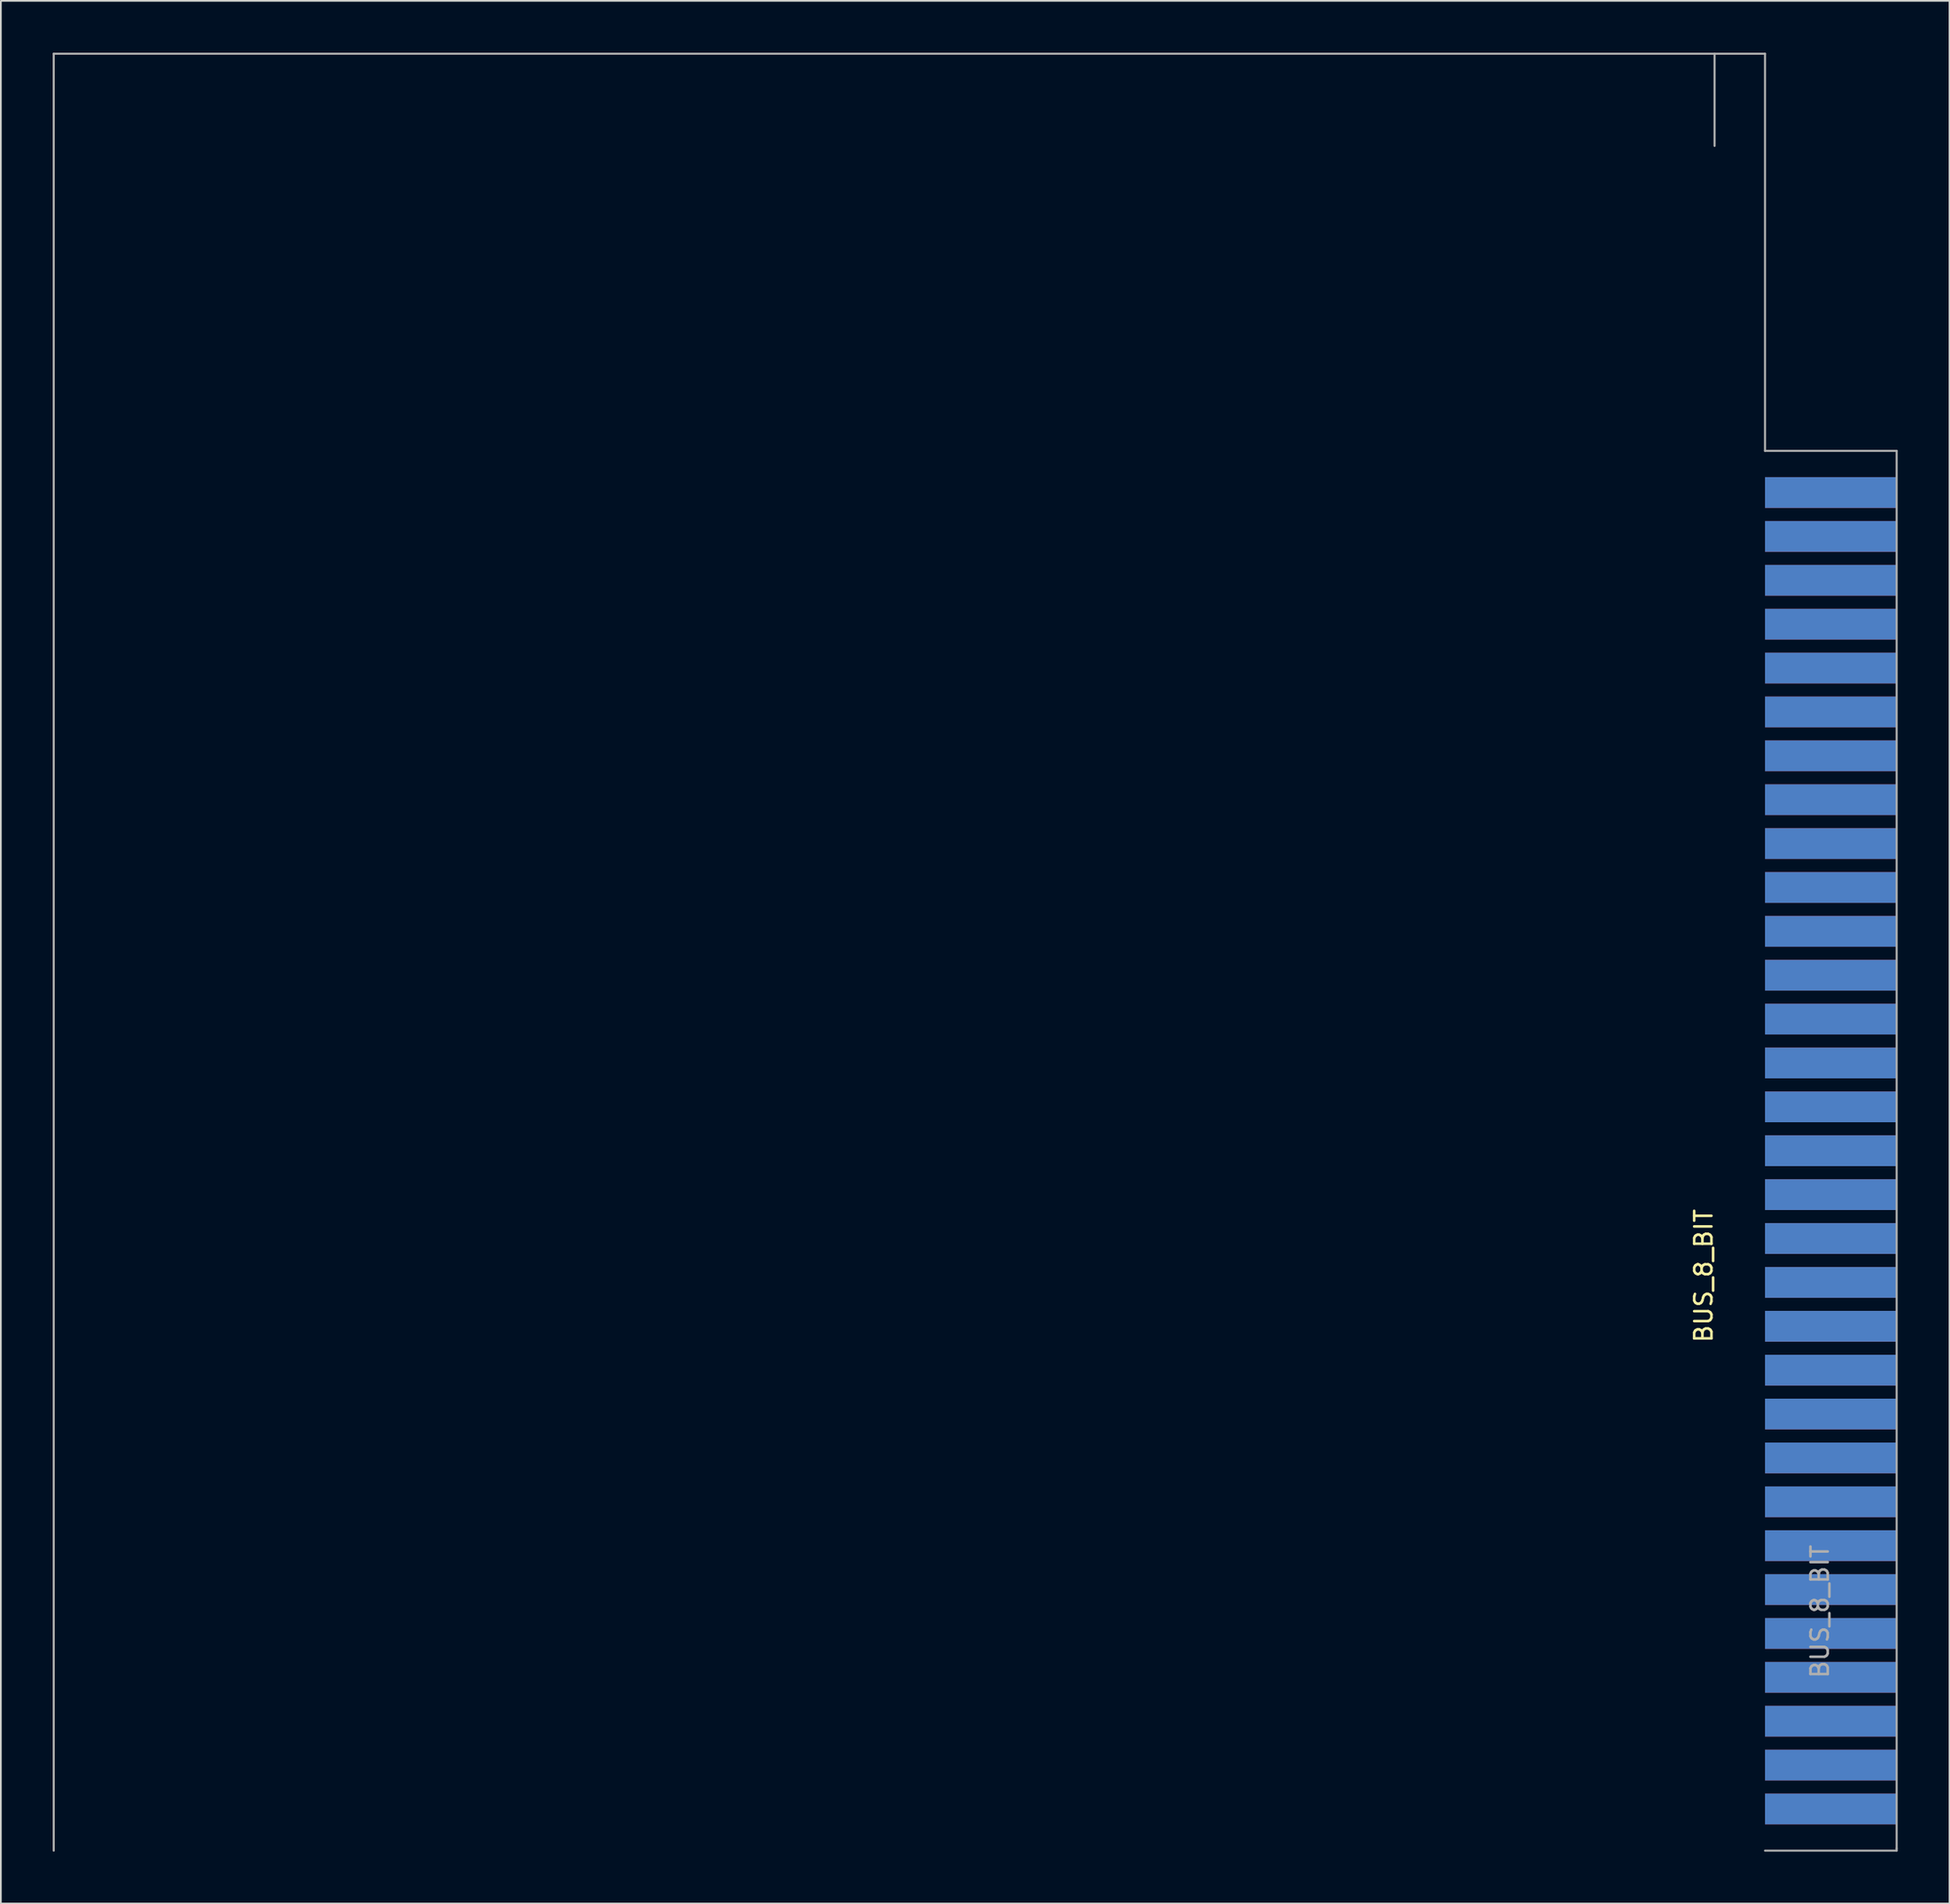
<source format=kicad_pcb>
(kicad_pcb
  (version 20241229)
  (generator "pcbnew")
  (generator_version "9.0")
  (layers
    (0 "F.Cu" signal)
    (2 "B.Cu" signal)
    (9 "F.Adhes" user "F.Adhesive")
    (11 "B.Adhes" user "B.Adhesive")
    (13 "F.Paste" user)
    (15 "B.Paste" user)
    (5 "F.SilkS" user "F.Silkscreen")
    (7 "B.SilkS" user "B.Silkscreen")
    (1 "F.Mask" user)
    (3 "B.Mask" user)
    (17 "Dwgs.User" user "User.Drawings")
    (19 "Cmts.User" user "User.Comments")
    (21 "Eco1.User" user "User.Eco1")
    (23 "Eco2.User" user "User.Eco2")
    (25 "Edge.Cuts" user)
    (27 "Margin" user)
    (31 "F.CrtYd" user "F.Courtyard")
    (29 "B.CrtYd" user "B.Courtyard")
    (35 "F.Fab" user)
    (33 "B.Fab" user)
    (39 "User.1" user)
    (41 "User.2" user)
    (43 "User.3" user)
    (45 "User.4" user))
  (footprint "BUS_8_BIT"
    (layer "F.Cu")
    (at 99.12 25.46)
    (property "Reference" "BUS_8_BIT" (at -3.556 45.339 90) (layer "F.SilkS") (effects (font (size 1 1) (thickness 0.15))))
    (attr exclude_from_pos_files exclude_from_bom)
    (fp_line (start -99.06 -25.4) (end -99.06 78.613) (stroke (width 0.12) (type solid)) (layer "F.Fab"))
    (fp_line (start -2.921 -20.066) (end -2.921 -25.4) (stroke (width 0.12) (type solid)) (layer "F.Fab"))
    (fp_line (start 0 -25.4) (end -99.06 -25.4) (stroke (width 0.12) (type solid)) (layer "F.Fab"))
    (fp_line (start 0 -2.413) (end 0 -25.4) (stroke (width 0.12) (type solid)) (layer "F.Fab"))
    (fp_line (start 0 -2.413) (end 7.62 -2.413) (stroke (width 0.12) (type solid)) (layer "F.Fab"))
    (fp_line (start 0 78.613) (end 7.62 78.613) (stroke (width 0.12) (type solid)) (layer "F.Fab"))
    (fp_line (start 7.62 -2.413) (end 7.62 78.486) (stroke (width 0.12) (type solid)) (layer "F.Fab"))
    (fp_line (start 7.62 78.486) (end 7.62 78.613) (stroke (width 0.12) (type solid)) (layer "F.Fab"))
    (fp_text user "${REFERENCE}" (at 3.175 64.77 90) (layer "F.Fab") (effects (font (size 1 1) (thickness 0.15))))
    (pad "1" connect rect (at 3.81 0 90) (size 1.78 7.62) (layers "B.Cu" "B.Mask"))
    (pad "2" connect rect (at 3.81 2.54 90) (size 1.78 7.62) (layers "B.Cu" "B.Mask"))
    (pad "3" connect rect (at 3.81 5.08 90) (size 1.78 7.62) (layers "B.Cu" "B.Mask"))
    (pad "4" connect rect (at 3.81 7.62 90) (size 1.78 7.62) (layers "B.Cu" "B.Mask"))
    (pad "5" connect rect (at 3.81 10.16 90) (size 1.78 7.62) (layers "B.Cu" "B.Mask"))
    (pad "6" connect rect (at 3.81 12.7 90) (size 1.78 7.62) (layers "B.Cu" "B.Mask"))
    (pad "7" connect rect (at 3.81 15.24 90) (size 1.78 7.62) (layers "B.Cu" "B.Mask"))
    (pad "8" connect rect (at 3.81 17.78 90) (size 1.78 7.62) (layers "B.Cu" "B.Mask"))
    (pad "9" connect rect (at 3.81 20.32 90) (size 1.78 7.62) (layers "B.Cu" "B.Mask"))
    (pad "10" connect rect (at 3.81 22.86 90) (size 1.78 7.62) (layers "B.Cu" "B.Mask"))
    (pad "11" connect rect (at 3.81 25.4 90) (size 1.78 7.62) (layers "B.Cu" "B.Mask"))
    (pad "12" connect rect (at 3.81 27.94 90) (size 1.78 7.62) (layers "B.Cu" "B.Mask"))
    (pad "13" connect rect (at 3.81 30.48 90) (size 1.78 7.62) (layers "B.Cu" "B.Mask"))
    (pad "14" connect rect (at 3.81 33.02 90) (size 1.78 7.62) (layers "B.Cu" "B.Mask"))
    (pad "15" connect rect (at 3.81 35.56 90) (size 1.78 7.62) (layers "B.Cu" "B.Mask"))
    (pad "16" connect rect (at 3.81 38.1 90) (size 1.78 7.62) (layers "B.Cu" "B.Mask"))
    (pad "17" connect rect (at 3.81 40.64 90) (size 1.78 7.62) (layers "B.Cu" "B.Mask"))
    (pad "18" connect rect (at 3.81 43.18 90) (size 1.78 7.62) (layers "B.Cu" "B.Mask"))
    (pad "19" connect rect (at 3.81 45.72 90) (size 1.78 7.62) (layers "B.Cu" "B.Mask"))
    (pad "20" connect rect (at 3.81 48.26 90) (size 1.78 7.62) (layers "B.Cu" "B.Mask"))
    (pad "21" connect rect (at 3.81 50.8 90) (size 1.78 7.62) (layers "B.Cu" "B.Mask"))
    (pad "22" connect rect (at 3.81 53.34 90) (size 1.78 7.62) (layers "B.Cu" "B.Mask"))
    (pad "23" connect rect (at 3.81 55.88 90) (size 1.78 7.62) (layers "B.Cu" "B.Mask"))
    (pad "24" connect rect (at 3.81 58.42 90) (size 1.78 7.62) (layers "B.Cu" "B.Mask"))
    (pad "25" connect rect (at 3.81 60.96 90) (size 1.78 7.62) (layers "B.Cu" "B.Mask"))
    (pad "26" connect rect (at 3.81 63.5 90) (size 1.78 7.62) (layers "B.Cu" "B.Mask"))
    (pad "27" connect rect (at 3.81 66.04 90) (size 1.78 7.62) (layers "B.Cu" "B.Mask"))
    (pad "28" connect rect (at 3.81 68.58 90) (size 1.78 7.62) (layers "B.Cu" "B.Mask"))
    (pad "29" connect rect (at 3.81 71.12 90) (size 1.78 7.62) (layers "B.Cu" "B.Mask"))
    (pad "30" connect rect (at 3.81 73.66 90) (size 1.78 7.62) (layers "B.Cu" "B.Mask"))
    (pad "31" connect rect (at 3.81 76.2 90) (size 1.78 7.62) (layers "B.Cu" "B.Mask"))
    (pad "32" connect rect (at 3.81 0 90) (size 1.78 7.62) (layers "F.Cu" "F.Mask"))
    (pad "33" connect rect (at 3.81 2.54 90) (size 1.78 7.62) (layers "F.Cu" "F.Mask"))
    (pad "34" connect rect (at 3.81 5.08 90) (size 1.78 7.62) (layers "F.Cu" "F.Mask"))
    (pad "35" connect rect (at 3.81 7.62 90) (size 1.78 7.62) (layers "F.Cu" "F.Mask"))
    (pad "36" connect rect (at 3.81 10.16 90) (size 1.78 7.62) (layers "F.Cu" "F.Mask"))
    (pad "37" connect rect (at 3.81 12.7 90) (size 1.78 7.62) (layers "F.Cu" "F.Mask"))
    (pad "38" connect rect (at 3.81 15.24 90) (size 1.78 7.62) (layers "F.Cu" "F.Mask"))
    (pad "39" connect rect (at 3.81 17.78 90) (size 1.78 7.62) (layers "F.Cu" "F.Mask"))
    (pad "40" connect rect (at 3.81 20.32 90) (size 1.78 7.62) (layers "F.Cu" "F.Mask"))
    (pad "41" connect rect (at 3.81 22.86 90) (size 1.78 7.62) (layers "F.Cu" "F.Mask"))
    (pad "42" connect rect (at 3.81 25.4 90) (size 1.78 7.62) (layers "F.Cu" "F.Mask"))
    (pad "43" connect rect (at 3.81 27.94 90) (size 1.78 7.62) (layers "F.Cu" "F.Mask"))
    (pad "44" connect rect (at 3.81 30.48 90) (size 1.78 7.62) (layers "F.Cu" "F.Mask"))
    (pad "45" connect rect (at 3.81 33.02 90) (size 1.78 7.62) (layers "F.Cu" "F.Mask"))
    (pad "46" connect rect (at 3.81 35.56 90) (size 1.78 7.62) (layers "F.Cu" "F.Mask"))
    (pad "47" connect rect (at 3.81 38.1 90) (size 1.78 7.62) (layers "F.Cu" "F.Mask"))
    (pad "48" connect rect (at 3.81 40.64 90) (size 1.78 7.62) (layers "F.Cu" "F.Mask"))
    (pad "49" connect rect (at 3.81 43.18 90) (size 1.78 7.62) (layers "F.Cu" "F.Mask"))
    (pad "50" connect rect (at 3.81 45.72 90) (size 1.78 7.62) (layers "F.Cu" "F.Mask"))
    (pad "51" connect rect (at 3.81 48.26 90) (size 1.78 7.62) (layers "F.Cu" "F.Mask"))
    (pad "52" connect rect (at 3.81 50.8 90) (size 1.78 7.62) (layers "F.Cu" "F.Mask"))
    (pad "53" connect rect (at 3.81 53.34 90) (size 1.78 7.62) (layers "F.Cu" "F.Mask"))
    (pad "54" connect rect (at 3.81 55.88 90) (size 1.78 7.62) (layers "F.Cu" "F.Mask"))
    (pad "55" connect rect (at 3.81 58.42 90) (size 1.78 7.62) (layers "F.Cu" "F.Mask"))
    (pad "56" connect rect (at 3.81 60.96 90) (size 1.78 7.62) (layers "F.Cu" "F.Mask"))
    (pad "57" connect rect (at 3.81 63.5 90) (size 1.78 7.62) (layers "F.Cu" "F.Mask"))
    (pad "58" connect rect (at 3.81 66.04 90) (size 1.78 7.62) (layers "F.Cu" "F.Mask"))
    (pad "59" connect rect (at 3.81 68.58 90) (size 1.78 7.62) (layers "F.Cu" "F.Mask"))
    (pad "60" connect rect (at 3.81 71.12 90) (size 1.78 7.62) (layers "F.Cu" "F.Mask"))
    (pad "61" connect rect (at 3.81 73.66 90) (size 1.78 7.62) (layers "F.Cu" "F.Mask"))
    (pad "62" connect rect (at 3.81 76.2 90) (size 1.78 7.62) (layers "F.Cu" "F.Mask")))
  (gr_rect
    (start -3 -3)
    (end 109.8 107.133)
    (stroke (width 0.1) (type default))
    (fill no)
    (layer "Edge.Cuts")))
</source>
